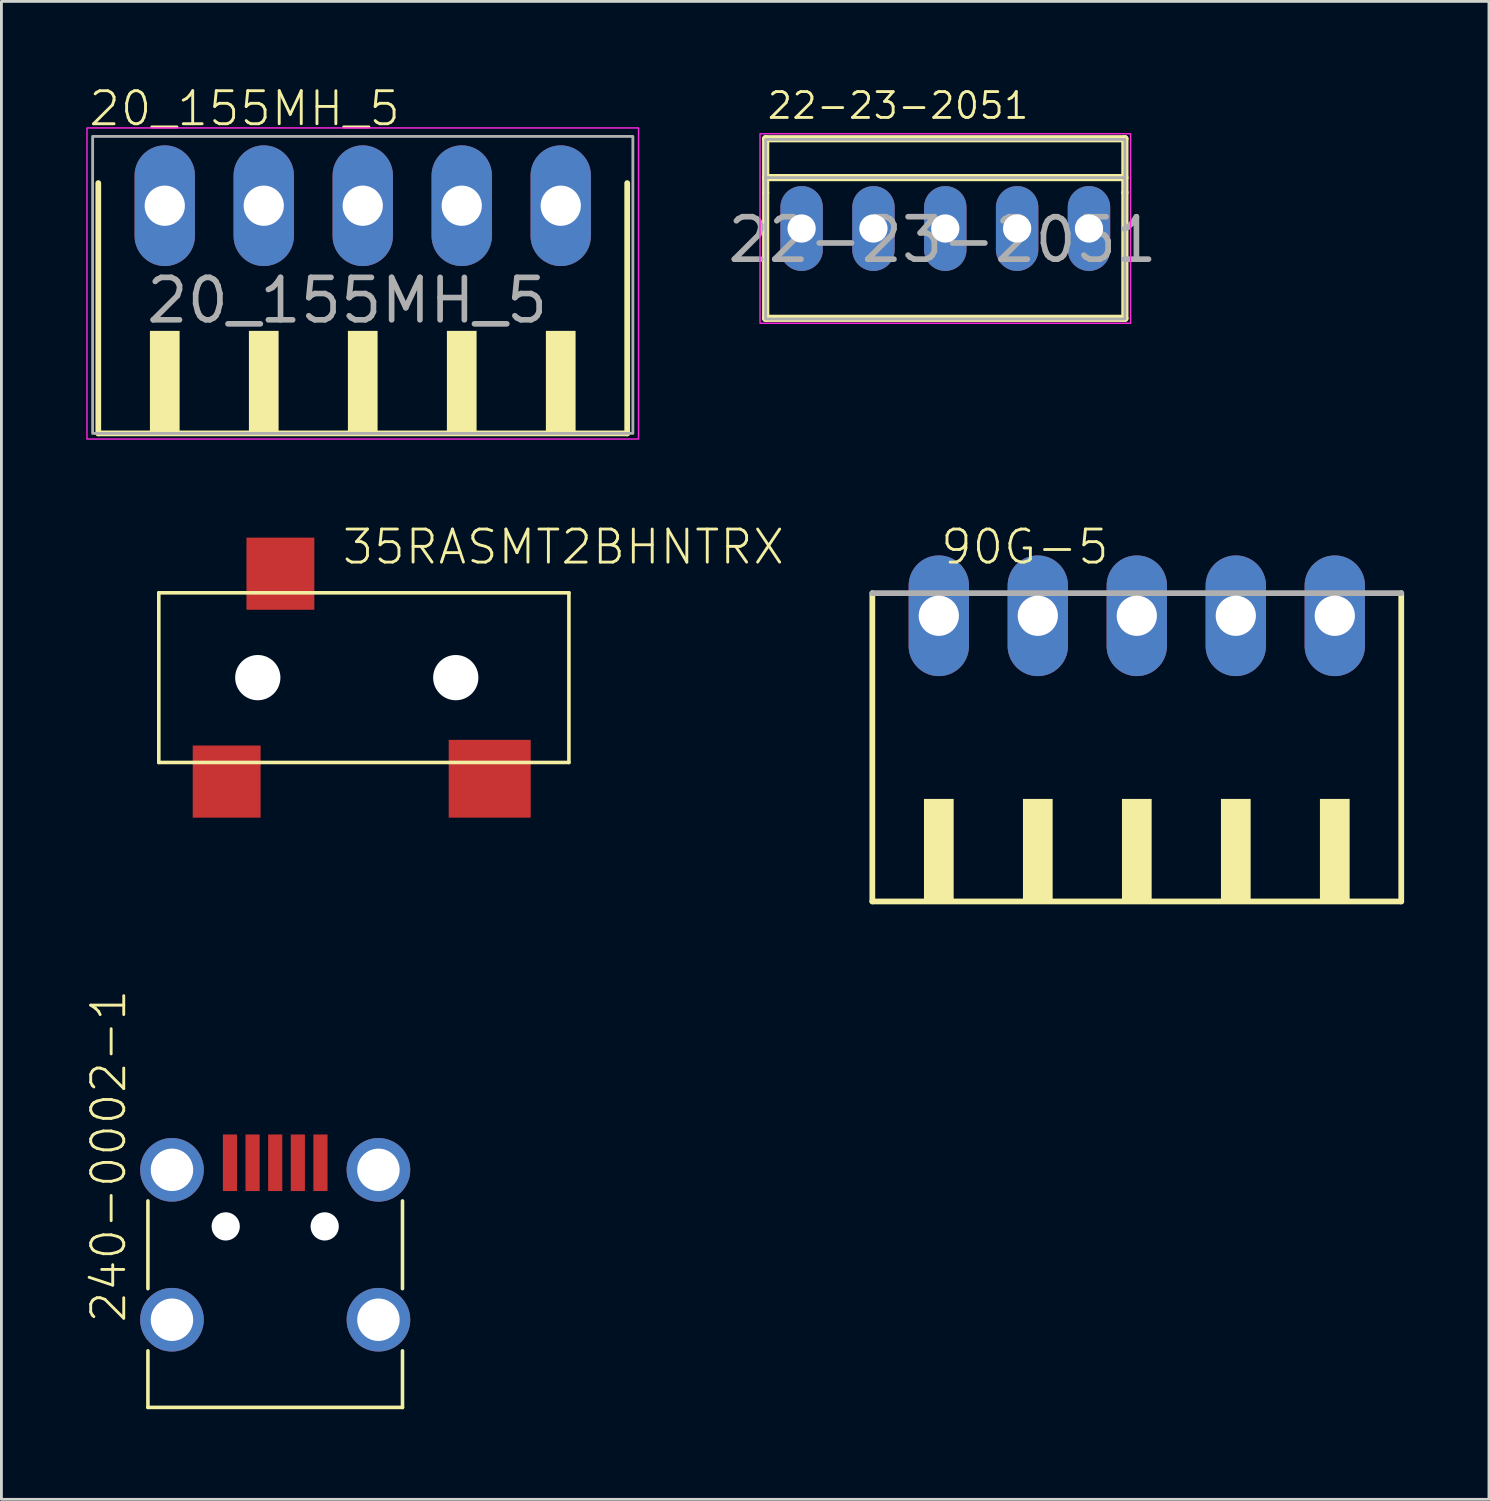
<source format=kicad_pcb>
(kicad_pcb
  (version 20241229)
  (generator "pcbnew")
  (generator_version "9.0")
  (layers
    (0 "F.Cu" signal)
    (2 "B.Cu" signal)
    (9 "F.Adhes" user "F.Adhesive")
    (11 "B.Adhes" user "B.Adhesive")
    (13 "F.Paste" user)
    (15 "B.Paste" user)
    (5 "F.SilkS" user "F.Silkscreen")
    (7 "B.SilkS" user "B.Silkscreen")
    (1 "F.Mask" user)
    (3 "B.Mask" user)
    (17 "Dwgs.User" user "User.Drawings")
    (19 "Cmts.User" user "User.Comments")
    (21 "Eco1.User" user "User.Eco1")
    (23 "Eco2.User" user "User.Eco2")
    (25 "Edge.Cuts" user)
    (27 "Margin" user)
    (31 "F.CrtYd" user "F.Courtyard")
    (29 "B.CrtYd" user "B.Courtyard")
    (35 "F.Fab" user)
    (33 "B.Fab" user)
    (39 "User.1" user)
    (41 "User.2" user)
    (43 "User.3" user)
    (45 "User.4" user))
  (footprint "90G-5"
    (layer "F.Cu")
    (at 37.142 23.971)
    (property "Reference" "90G-5" (at -7 -7 0) (unlocked yes) (layer "F.SilkS") (effects (font (size 1.168 1.168) (thickness 0.102)) (justify left bottom)))
    (fp_line (start -9.35 -6.05) (end -9.35 4.85) (stroke (width 0.203) (type solid)) (layer "F.SilkS"))
    (fp_line (start -9.35 4.85) (end 9.35 4.85) (stroke (width 0.203) (type solid)) (layer "F.SilkS"))
    (fp_line (start 9.35 4.85) (end 9.35 -6.05) (stroke (width 0.203) (type solid)) (layer "F.SilkS"))
    (fp_poly (pts (xy -7.525 4.9) (xy -6.475 4.9) (xy -6.475 1.225) (xy -7.525 1.225)) (stroke (width 0) (type default)) (fill yes) (layer "F.SilkS"))
    (fp_poly (pts (xy -4.025 4.9) (xy -2.975 4.9) (xy -2.975 1.225) (xy -4.025 1.225)) (stroke (width 0) (type default)) (fill yes) (layer "F.SilkS"))
    (fp_poly (pts (xy -0.525 4.9) (xy 0.525 4.9) (xy 0.525 1.225) (xy -0.525 1.225)) (stroke (width 0) (type default)) (fill yes) (layer "F.SilkS"))
    (fp_poly (pts (xy 2.975 4.9) (xy 4.025 4.9) (xy 4.025 1.225) (xy 2.975 1.225)) (stroke (width 0) (type default)) (fill yes) (layer "F.SilkS"))
    (fp_poly (pts (xy 6.475 4.9) (xy 7.525 4.9) (xy 7.525 1.225) (xy 6.475 1.225)) (stroke (width 0) (type default)) (fill yes) (layer "F.SilkS"))
    (fp_line (start 9.35 -6.05) (end -9.35 -6.05) (stroke (width 0.203) (type solid)) (layer "F.Fab"))
    (pad "1" thru_hole oval (at -7 -5.25 90) (size 4.267 2.134) (drill 1.422) (layers "*.Cu" "*.Mask"))
    (pad "2" thru_hole oval (at -3.5 -5.25 90) (size 4.267 2.134) (drill 1.422) (layers "*.Cu" "*.Mask"))
    (pad "3" thru_hole oval (at 0 -5.25 90) (size 4.267 2.134) (drill 1.422) (layers "*.Cu" "*.Mask"))
    (pad "4" thru_hole oval (at 3.5 -5.25 90) (size 4.267 2.134) (drill 1.422) (layers "*.Cu" "*.Mask"))
    (pad "5" thru_hole oval (at 7 -5.25 90) (size 4.267 2.134) (drill 1.422) (layers "*.Cu" "*.Mask")))
  (footprint "240-0002-1"
    (layer "F.Cu")
    (at 6.68 46.71)
    (property "Reference" "240-0002-1" (at -5.207 -2.921 90) (unlocked yes) (layer "F.SilkS") (effects (font (size 1.168 1.168) (thickness 0.102)) (justify left bottom)))
    (fp_line (start -4.5 -7.3) (end -4.5 -4.2) (stroke (width 0.127) (type solid)) (layer "F.SilkS"))
    (fp_line (start -4.5 -2) (end -4.5 0) (stroke (width 0.127) (type solid)) (layer "F.SilkS"))
    (fp_line (start -4.5 0) (end 4.5 0) (stroke (width 0.127) (type solid)) (layer "F.SilkS"))
    (fp_line (start 4.5 -7.3) (end 4.5 -4.2) (stroke (width 0.127) (type solid)) (layer "F.SilkS"))
    (fp_line (start 4.5 0) (end 4.5 -2) (stroke (width 0.127) (type solid)) (layer "F.SilkS"))
    (pad "" np_thru_hole circle (at -1.75 -6.4) (size 1 1) (drill 1) (layers "*.Cu" "*.Mask"))
    (pad "" np_thru_hole circle (at 1.75 -6.4) (size 1 1) (drill 1) (layers "*.Cu" "*.Mask"))
    (pad "P$1" smd rect (at -1.6 -8.65 90) (size 2 0.5) (layers "F.Cu" "F.Mask" "F.Paste"))
    (pad "P$2" smd rect (at -0.8 -8.65 90) (size 2 0.5) (layers "F.Cu" "F.Mask" "F.Paste"))
    (pad "P$3" smd rect (at 0 -8.65 90) (size 2 0.5) (layers "F.Cu" "F.Mask" "F.Paste"))
    (pad "P$4" smd rect (at 0.8 -8.65 90) (size 2 0.5) (layers "F.Cu" "F.Mask" "F.Paste"))
    (pad "P$5" smd rect (at 1.6 -8.65 90) (size 2 0.5) (layers "F.Cu" "F.Mask" "F.Paste"))
    (pad "SHIELD_1" thru_hole circle (at -3.65 -3.1 90) (size 2.25 2.25) (drill 1.5) (layers "*.Cu" "*.Mask"))
    (pad "SHIELD_2" thru_hole circle (at 3.65 -3.1 90) (size 2.25 2.25) (drill 1.5) (layers "*.Cu" "*.Mask"))
    (pad "SHIELD_3" thru_hole circle (at 3.65 -8.4) (size 2.25 2.25) (drill 1.5) (layers "*.Cu" "*.Mask"))
    (pad "SHIELD_4" thru_hole circle (at -3.65 -8.4) (size 2.25 2.25) (drill 1.5) (layers "*.Cu" "*.Mask")))
  (footprint "22-23-2051"
    (layer "F.Cu")
    (at 30.371 5.029)
    (property "Reference" "22-23-2051" (at -6.35 -3.81 0) (unlocked yes) (layer "F.SilkS") (effects (font (size 0.914 0.914) (thickness 0.102)) (justify left bottom)))
    (attr through_hole)
    (fp_line (start -6.35 -3.175) (end 6.35 -3.175) (stroke (width 0.254) (type solid)) (layer "F.SilkS"))
    (fp_line (start -6.35 -1.8) (end 6.35 -1.8) (stroke (width 0.254) (type solid)) (layer "F.SilkS"))
    (fp_line (start -6.35 -1.27) (end -6.35 -3.175) (stroke (width 0.254) (type solid)) (layer "F.SilkS"))
    (fp_line (start -6.35 3.175) (end -6.35 -1.27) (stroke (width 0.254) (type solid)) (layer "F.SilkS"))
    (fp_line (start 6.35 -3.175) (end 6.35 -1.27) (stroke (width 0.254) (type solid)) (layer "F.SilkS"))
    (fp_line (start 6.35 -1.27) (end 6.35 3.175) (stroke (width 0.254) (type solid)) (layer "F.SilkS"))
    (fp_line (start 6.35 3.175) (end -6.35 3.175) (stroke (width 0.254) (type solid)) (layer "F.SilkS"))
    (fp_rect (start -6.55 -3.35) (end 6.55 3.35) (stroke (width 0.05) (type default)) (fill no) (layer "F.CrtYd"))
    (fp_line (start -6.35 -1.8) (end 6.3 -1.8) (stroke (width 0.1) (type default)) (layer "F.Fab"))
    (fp_rect (start -6.35 -3.15) (end 6.35 3.2) (stroke (width 0.1) (type default)) (fill no) (layer "F.Fab"))
    (fp_text user "${REFERENCE}" (at -0.1 0.4 0) (layer "F.Fab") (effects (font (size 1.5 1.5) (thickness 0.2) (bold yes))))
    (pad "1" thru_hole oval (at -5.08 0 90) (size 3 1.5) (drill 1) (layers "*.Cu" "*.Mask"))
    (pad "2" thru_hole oval (at -2.54 0 90) (size 3 1.5) (drill 1) (layers "*.Cu" "*.Mask"))
    (pad "3" thru_hole oval (at 0 0 90) (size 3 1.5) (drill 1) (layers "*.Cu" "*.Mask"))
    (pad "4" thru_hole oval (at 2.54 0 90) (size 3 1.5) (drill 1) (layers "*.Cu" "*.Mask"))
    (pad "5" thru_hole oval (at 5.08 0 90) (size 3 1.5) (drill 1) (layers "*.Cu" "*.Mask")))
  (footprint "35RASMT2BHNTRX"
    (layer "F.Cu")
    (at 6.064 20.908)
    (property "Reference" "35RASMT2BHNTRX" (at 2.921 -3.937 0) (unlocked yes) (layer "F.SilkS") (effects (font (size 1.168 1.168) (thickness 0.102)) (justify left bottom)))
    (fp_line (start -3.5 -3) (end -3.5 3) (stroke (width 0.127) (type solid)) (layer "F.SilkS"))
    (fp_line (start -3.5 -3) (end 11 -3) (stroke (width 0.127) (type solid)) (layer "F.SilkS"))
    (fp_line (start 11 -3) (end 11 3) (stroke (width 0.127) (type solid)) (layer "F.SilkS"))
    (fp_line (start 11 3) (end -3.5 3) (stroke (width 0.127) (type solid)) (layer "F.SilkS"))
    (fp_line (start -6 -2.5) (end -6 2.5) (stroke (width 0.127) (type solid)) (layer "User.4"))
    (fp_line (start -6 2.5) (end -3.5 2.5) (stroke (width 0.127) (type solid)) (layer "User.4"))
    (fp_line (start -3.5 -2.5) (end -6 -2.5) (stroke (width 0.127) (type solid)) (layer "User.4"))
    (pad "" np_thru_hole circle (at 0 0) (size 1.6 1.6) (drill 1.6) (layers "*.Cu" "*.Mask"))
    (pad "" np_thru_hole circle (at 7 0) (size 1.6 1.6) (drill 1.6) (layers "*.Cu" "*.Mask"))
    (pad "1" smd rect (at 0.8 -3.675 90) (size 2.55 2.4) (layers "F.Cu" "F.Mask" "F.Paste"))
    (pad "4" smd rect (at 8.2 3.575 90) (size 2.75 2.9) (layers "F.Cu" "F.Mask" "F.Paste"))
    (pad "5" smd rect (at -1.1 3.675 90) (size 2.55 2.4) (layers "F.Cu" "F.Mask" "F.Paste")))
  (footprint "20_155MH_5"
    (layer "F.Cu")
    (at 9.775 9.473)
    (property "Reference" "20_155MH_5" (at -9.75 -8 0) (unlocked yes) (layer "F.SilkS") (effects (font (size 1.168 1.168) (thickness 0.102)) (justify left bottom)))
    (fp_line (start -9.35 -6.05) (end -9.35 2.8) (stroke (width 0.203) (type solid)) (layer "F.SilkS"))
    (fp_line (start -9.35 2.8) (end 9.35 2.8) (stroke (width 0.203) (type solid)) (layer "F.SilkS"))
    (fp_line (start 9.35 2.8) (end 9.35 -6.05) (stroke (width 0.203) (type solid)) (layer "F.SilkS"))
    (fp_poly (pts (xy -7.525 2.85) (xy -6.475 2.85) (xy -6.475 -0.825) (xy -7.525 -0.825)) (stroke (width 0) (type default)) (fill yes) (layer "F.SilkS"))
    (fp_poly (pts (xy -4.025 2.85) (xy -2.975 2.85) (xy -2.975 -0.825) (xy -4.025 -0.825)) (stroke (width 0) (type default)) (fill yes) (layer "F.SilkS"))
    (fp_poly (pts (xy -0.525 2.85) (xy 0.525 2.85) (xy 0.525 -0.825) (xy -0.525 -0.825)) (stroke (width 0) (type default)) (fill yes) (layer "F.SilkS"))
    (fp_poly (pts (xy 2.975 2.85) (xy 4.025 2.85) (xy 4.025 -0.825) (xy 2.975 -0.825)) (stroke (width 0) (type default)) (fill yes) (layer "F.SilkS"))
    (fp_poly (pts (xy 6.475 2.85) (xy 7.525 2.85) (xy 7.525 -0.825) (xy 6.475 -0.825)) (stroke (width 0) (type default)) (fill yes) (layer "F.SilkS"))
    (fp_rect (start -9.75 -8) (end 9.75 3) (stroke (width 0.05) (type default)) (fill no) (layer "F.CrtYd"))
    (fp_rect (start -9.55 -7.7) (end 9.55 2.8) (stroke (width 0.1) (type default)) (fill no) (layer "F.Fab"))
    (fp_text user "${REFERENCE}" (at -0.55 -1.9 0) (layer "F.Fab") (effects (font (size 1.5 1.5) (thickness 0.2) (bold yes))))
    (pad "1" thru_hole oval (at -7 -5.25 90) (size 4.267 2.134) (drill 1.422) (layers "*.Cu" "*.Mask"))
    (pad "2" thru_hole oval (at -3.5 -5.25 90) (size 4.267 2.134) (drill 1.422) (layers "*.Cu" "*.Mask"))
    (pad "3" thru_hole oval (at 0 -5.25 90) (size 4.267 2.134) (drill 1.422) (layers "*.Cu" "*.Mask"))
    (pad "4" thru_hole oval (at 3.5 -5.25 90) (size 4.267 2.134) (drill 1.422) (layers "*.Cu" "*.Mask"))
    (pad "5" thru_hole oval (at 7 -5.25 90) (size 4.267 2.134) (drill 1.422) (layers "*.Cu" "*.Mask")))
  (gr_rect
    (start -3 -3)
    (end 49.593 49.96)
    (stroke (width 0.1) (type default))
    (fill no)
    (layer "Edge.Cuts")))
</source>
